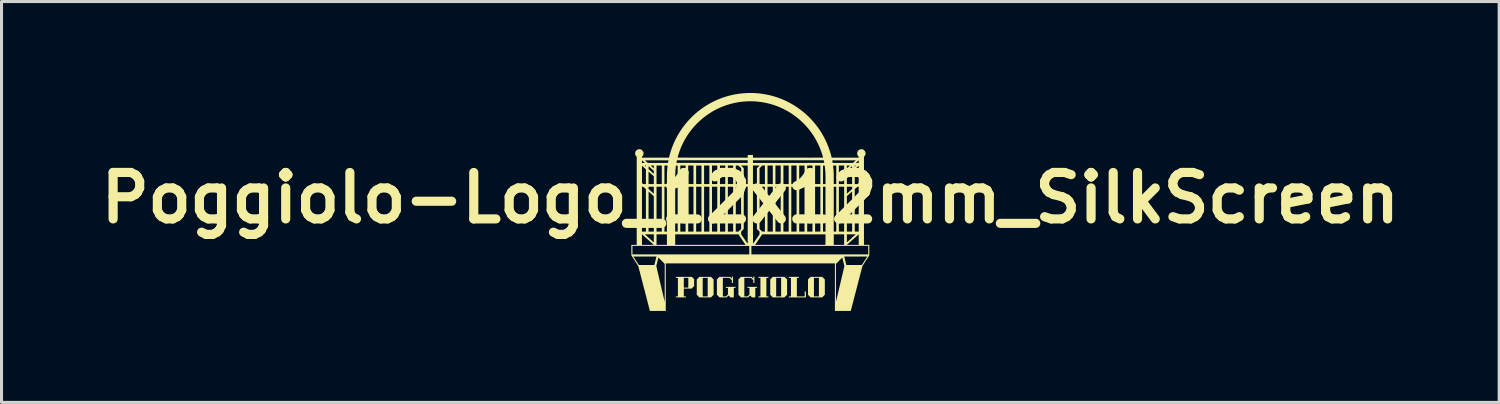
<source format=kicad_pcb>
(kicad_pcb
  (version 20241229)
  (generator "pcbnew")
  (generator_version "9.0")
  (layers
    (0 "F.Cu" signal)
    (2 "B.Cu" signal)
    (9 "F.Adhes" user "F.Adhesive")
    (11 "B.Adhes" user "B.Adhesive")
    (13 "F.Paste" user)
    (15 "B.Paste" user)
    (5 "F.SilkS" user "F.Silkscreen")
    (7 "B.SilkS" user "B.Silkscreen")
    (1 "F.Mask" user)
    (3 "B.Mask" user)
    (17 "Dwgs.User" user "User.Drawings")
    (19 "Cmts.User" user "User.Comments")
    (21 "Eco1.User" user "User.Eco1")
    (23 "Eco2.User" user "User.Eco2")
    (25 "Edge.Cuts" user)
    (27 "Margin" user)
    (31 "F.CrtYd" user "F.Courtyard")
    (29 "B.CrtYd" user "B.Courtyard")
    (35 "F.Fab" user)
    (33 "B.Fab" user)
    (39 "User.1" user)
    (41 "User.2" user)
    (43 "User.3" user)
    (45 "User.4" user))
  (footprint "Poggiolo-Logo_12x12mm_SilkScreen"
    (layer "F.Cu")
    (at 21.561 3.441)
    (property "Reference" "Poggiolo-Logo_12x12mm_SilkScreen" (at 0 0 0) (layer "F.SilkS") (effects (font (size 1.524 1.524) (thickness 0.3))))
    (attr board_only exclude_from_pos_files exclude_from_bom)
    (fp_poly (pts (xy 0.593 2.623) (xy 0.526 2.623) (xy 0.526 3.231) (xy 0.593 3.231) (xy 0.593 3.264) (xy 0.264 3.264) (xy 0.264 3.231) (xy 0.331 3.231) (xy 0.331 2.623) (xy 0.264 2.623) (xy 0.264 2.59) (xy 0.593 2.59)) (stroke (width 0) (type solid)) (fill yes) (layer "F.SilkS"))
    (fp_poly (pts (xy 1.594 2.623) (xy 1.526 2.623) (xy 1.526 3.231) (xy 1.783 3.231) (xy 1.783 3.07) (xy 1.822 3.07) (xy 1.822 3.264) (xy 1.265 3.264) (xy 1.265 3.231) (xy 1.332 3.231) (xy 1.332 2.623) (xy 1.265 2.623) (xy 1.265 2.59) (xy 1.594 2.59)) (stroke (width 0) (type solid)) (fill yes) (layer "F.SilkS"))
    (fp_poly (pts (xy 1.162 2.632) (xy 1.205 2.675) (xy 1.205 3.177) (xy 1.117 3.264) (xy 0.738 3.264) (xy 0.704 3.231) (xy 0.847 3.231) (xy 1.01 3.231) (xy 1.01 2.623) (xy 0.847 2.623) (xy 0.847 3.231) (xy 0.704 3.231) (xy 0.695 3.221) (xy 0.653 3.179) (xy 0.653 2.675) (xy 0.695 2.632) (xy 0.738 2.59) (xy 1.12 2.59)) (stroke (width 0) (type solid)) (fill yes) (layer "F.SilkS"))
    (fp_poly (pts (xy 2.401 2.632) (xy 2.443 2.675) (xy 2.443 3.177) (xy 2.356 3.264) (xy 1.976 3.264) (xy 1.943 3.231) (xy 2.086 3.231) (xy 2.249 3.231) (xy 2.249 2.623) (xy 2.086 2.623) (xy 2.086 3.231) (xy 1.943 3.231) (xy 1.934 3.221) (xy 1.891 3.179) (xy 1.891 2.675) (xy 1.934 2.632) (xy 1.976 2.59) (xy 2.358 2.59)) (stroke (width 0) (type solid)) (fill yes) (layer "F.SilkS"))
    (fp_poly (pts (xy -1.247 2.632) (xy -1.205 2.675) (xy -1.205 3.177) (xy -1.249 3.22) (xy -1.292 3.264) (xy -1.672 3.264) (xy -1.705 3.231) (xy -1.562 3.231) (xy -1.399 3.231) (xy -1.399 2.623) (xy -1.562 2.623) (xy -1.562 3.231) (xy -1.705 3.231) (xy -1.714 3.221) (xy -1.757 3.179) (xy -1.757 2.675) (xy -1.714 2.632) (xy -1.672 2.59) (xy -1.29 2.59)) (stroke (width 0) (type solid)) (fill yes) (layer "F.SilkS"))
    (fp_poly (pts (xy -1.881 2.628) (xy -1.843 2.665) (xy -1.843 2.891) (xy -1.886 2.933) (xy -1.928 2.976) (xy -2.182 2.976) (xy -2.182 3.231) (xy -2.114 3.231) (xy -2.114 3.264) (xy -2.443 3.264) (xy -2.443 3.231) (xy -2.376 3.231) (xy -2.376 2.942) (xy -2.182 2.942) (xy -2.035 2.942) (xy -2.035 2.623) (xy -2.182 2.623) (xy -2.182 2.942) (xy -2.376 2.942) (xy -2.376 2.623) (xy -2.443 2.623) (xy -2.443 2.59) (xy -1.919 2.59)) (stroke (width 0) (type solid)) (fill yes) (layer "F.SilkS"))
    (fp_poly (pts (xy 0.134 2.791) (xy 0.098 2.791) (xy 0.098 2.701) (xy 0.02 2.623) (xy -0.197 2.623) (xy -0.197 3.231) (xy -0.092 3.231) (xy -0.029 3.167) (xy -0.029 2.952) (xy -0.096 2.952) (xy -0.096 2.918) (xy 0.221 2.918) (xy 0.221 2.952) (xy 0.163 2.952) (xy 0.163 3.264) (xy 0.055 3.264) (xy 0.025 3.233) (xy 0.015 3.223) (xy 0.006 3.214) (xy -0.001 3.207) (xy -0.006 3.203) (xy -0.008 3.202) (xy -0.011 3.203) (xy -0.016 3.208) (xy -0.023 3.215) (xy -0.032 3.223) (xy -0.042 3.233) (xy -0.073 3.264) (xy -0.304 3.264) (xy -0.391 3.176) (xy -0.391 2.675) (xy -0.349 2.632) (xy -0.306 2.59) (xy 0.04 2.59) (xy 0.067 2.617) (xy 0.077 2.627) (xy 0.085 2.635) (xy 0.091 2.641) (xy 0.095 2.644) (xy 0.097 2.645) (xy 0.097 2.643) (xy 0.098 2.636) (xy 0.098 2.627) (xy 0.098 2.616) (xy 0.098 2.612) (xy 0.098 2.58) (xy 0.134 2.58)) (stroke (width 0) (type solid)) (fill yes) (layer "F.SilkS"))
    (fp_poly (pts (xy -0.571 2.791) (xy -0.607 2.791) (xy -0.607 2.701) (xy -0.646 2.662) (xy -0.685 2.623) (xy -0.902 2.623) (xy -0.902 3.231) (xy -0.798 3.231) (xy -0.766 3.199) (xy -0.734 3.167) (xy -0.734 2.952) (xy -0.802 2.952) (xy -0.802 2.918) (xy -0.485 2.918) (xy -0.485 2.952) (xy -0.542 2.952) (xy -0.542 3.264) (xy -0.651 3.264) (xy -0.681 3.233) (xy -0.691 3.223) (xy -0.699 3.214) (xy -0.707 3.207) (xy -0.712 3.203) (xy -0.714 3.202) (xy -0.716 3.203) (xy -0.721 3.208) (xy -0.729 3.215) (xy -0.738 3.223) (xy -0.748 3.233) (xy -0.779 3.264) (xy -1.009 3.264) (xy -1.097 3.176) (xy -1.097 2.675) (xy -1.054 2.632) (xy -1.012 2.59) (xy -0.666 2.59) (xy -0.638 2.617) (xy -0.629 2.627) (xy -0.621 2.635) (xy -0.614 2.641) (xy -0.61 2.644) (xy -0.609 2.645) (xy -0.608 2.643) (xy -0.608 2.636) (xy -0.607 2.627) (xy -0.607 2.616) (xy -0.607 2.612) (xy -0.607 2.58) (xy -0.571 2.58)) (stroke (width 0) (type solid)) (fill yes) (layer "F.SilkS"))
    (fp_poly (pts (xy 0.058 -3.441) (xy 0.172 -3.436) (xy 0.285 -3.427) (xy 0.399 -3.412) (xy 0.459 -3.403) (xy 0.57 -3.382) (xy 0.679 -3.357) (xy 0.787 -3.327) (xy 0.894 -3.292) (xy 0.998 -3.254) (xy 1.101 -3.211) (xy 1.202 -3.164) (xy 1.301 -3.113) (xy 1.398 -3.058) (xy 1.492 -2.999) (xy 1.584 -2.936) (xy 1.673 -2.87) (xy 1.76 -2.8) (xy 1.844 -2.727) (xy 1.925 -2.65) (xy 2.003 -2.569) (xy 2.077 -2.486) (xy 2.149 -2.399) (xy 2.217 -2.31) (xy 2.281 -2.217) (xy 2.342 -2.121) (xy 2.374 -2.066) (xy 2.421 -1.981) (xy 2.465 -1.894) (xy 2.506 -1.804) (xy 2.545 -1.712) (xy 2.579 -1.62) (xy 2.61 -1.528) (xy 2.638 -1.437) (xy 2.661 -1.347) (xy 2.667 -1.32) (xy 3.555 -1.32) (xy 3.555 -1.335) (xy 3.554 -1.342) (xy 3.554 -1.347) (xy 3.552 -1.352) (xy 3.548 -1.357) (xy 3.541 -1.364) (xy 3.54 -1.365) (xy 3.528 -1.38) (xy 3.517 -1.398) (xy 3.509 -1.417) (xy 3.506 -1.427) (xy 3.505 -1.435) (xy 3.504 -1.446) (xy 3.504 -1.458) (xy 3.504 -1.46) (xy 3.506 -1.485) (xy 3.513 -1.509) (xy 3.523 -1.531) (xy 3.538 -1.55) (xy 3.555 -1.567) (xy 3.576 -1.581) (xy 3.598 -1.591) (xy 3.61 -1.594) (xy 3.626 -1.596) (xy 3.645 -1.597) (xy 3.664 -1.595) (xy 3.68 -1.592) (xy 3.681 -1.592) (xy 3.704 -1.582) (xy 3.725 -1.569) (xy 3.743 -1.553) (xy 3.757 -1.533) (xy 3.769 -1.512) (xy 3.776 -1.489) (xy 3.78 -1.465) (xy 3.779 -1.449) (xy 3.775 -1.424) (xy 3.766 -1.4) (xy 3.754 -1.378) (xy 3.738 -1.36) (xy 3.727 -1.349) (xy 3.727 1.541) (xy 3.903 1.541) (xy 3.903 1.713) (xy 3.903 1.746) (xy 3.902 1.775) (xy 3.902 1.799) (xy 3.902 1.82) (xy 3.902 1.837) (xy 3.902 1.851) (xy 3.902 1.862) (xy 3.902 1.871) (xy 3.901 1.878) (xy 3.901 1.883) (xy 3.9 1.887) (xy 3.9 1.889) (xy 3.899 1.891) (xy 3.898 1.892) (xy 3.896 1.896) (xy 3.892 1.902) (xy 3.885 1.913) (xy 3.877 1.926) (xy 3.866 1.942) (xy 3.854 1.96) (xy 3.841 1.981) (xy 3.826 2.003) (xy 3.811 2.027) (xy 3.794 2.053) (xy 3.786 2.065) (xy 3.77 2.091) (xy 3.754 2.115) (xy 3.739 2.138) (xy 3.725 2.16) (xy 3.713 2.179) (xy 3.702 2.196) (xy 3.692 2.21) (xy 3.685 2.222) (xy 3.68 2.23) (xy 3.677 2.235) (xy 3.677 2.235) (xy 3.676 2.238) (xy 3.674 2.245) (xy 3.671 2.256) (xy 3.667 2.271) (xy 3.662 2.29) (xy 3.656 2.313) (xy 3.65 2.339) (xy 3.642 2.368) (xy 3.634 2.4) (xy 3.625 2.435) (xy 3.615 2.472) (xy 3.605 2.511) (xy 3.594 2.553) (xy 3.583 2.596) (xy 3.571 2.642) (xy 3.559 2.688) (xy 3.546 2.736) (xy 3.534 2.785) (xy 3.521 2.834) (xy 3.508 2.884) (xy 3.495 2.935) (xy 3.482 2.986) (xy 3.469 3.036) (xy 3.455 3.086) (xy 3.443 3.136) (xy 3.43 3.185) (xy 3.417 3.234) (xy 3.405 3.281) (xy 3.393 3.326) (xy 3.382 3.371) (xy 3.371 3.413) (xy 3.36 3.453) (xy 3.351 3.491) (xy 3.341 3.527) (xy 3.333 3.56) (xy 3.325 3.591) (xy 3.318 3.618) (xy 3.312 3.642) (xy 3.306 3.662) (xy 3.302 3.679) (xy 3.299 3.692) (xy 3.297 3.701) (xy 3.296 3.702) (xy 3.295 3.708) (xy 2.774 3.708) (xy 2.774 2.785) (xy 2.808 2.785) (xy 2.808 2.839) (xy 2.808 2.892) (xy 2.808 2.944) (xy 2.808 2.994) (xy 2.808 3.042) (xy 2.808 3.088) (xy 2.808 3.131) (xy 2.808 3.172) (xy 2.808 3.211) (xy 2.808 3.246) (xy 2.809 3.279) (xy 2.809 3.308) (xy 2.809 3.334) (xy 2.809 3.356) (xy 2.809 3.375) (xy 2.809 3.389) (xy 2.809 3.399) (xy 2.809 3.404) (xy 2.809 3.405) (xy 2.81 3.403) (xy 2.812 3.396) (xy 2.814 3.385) (xy 2.818 3.37) (xy 2.822 3.351) (xy 2.828 3.328) (xy 2.834 3.302) (xy 2.841 3.272) (xy 2.849 3.24) (xy 2.857 3.204) (xy 2.866 3.166) (xy 2.876 3.125) (xy 2.886 3.082) (xy 2.897 3.037) (xy 2.908 2.99) (xy 2.919 2.942) (xy 2.931 2.892) (xy 2.943 2.841) (xy 2.946 2.827) (xy 2.958 2.775) (xy 2.97 2.725) (xy 2.982 2.676) (xy 2.993 2.628) (xy 3.004 2.582) (xy 3.014 2.539) (xy 3.024 2.497) (xy 3.033 2.458) (xy 3.042 2.421) (xy 3.05 2.387) (xy 3.057 2.356) (xy 3.063 2.329) (xy 3.069 2.304) (xy 3.074 2.284) (xy 3.078 2.267) (xy 3.08 2.254) (xy 3.082 2.246) (xy 3.083 2.241) (xy 3.083 2.241) (xy 3.083 2.238) (xy 3.083 2.232) (xy 3.081 2.223) (xy 3.079 2.212) (xy 3.075 2.197) (xy 3.071 2.178) (xy 3.066 2.156) (xy 3.059 2.13) (xy 3.051 2.099) (xy 3.05 2.094) (xy 3.016 1.956) (xy 2.912 2.06) (xy 2.808 2.164) (xy 2.808 2.785) (xy 2.774 2.785) (xy 2.774 2.148) (xy -2.774 2.148) (xy -2.774 3.708) (xy -3.035 3.708) (xy -3.07 3.708) (xy -3.103 3.708) (xy -3.135 3.708) (xy -3.165 3.708) (xy -3.193 3.708) (xy -3.218 3.708) (xy -3.24 3.708) (xy -3.258 3.708) (xy -3.274 3.707) (xy -3.285 3.707) (xy -3.292 3.707) (xy -3.295 3.707) (xy -3.295 3.707) (xy -3.296 3.704) (xy -3.298 3.698) (xy -3.3 3.686) (xy -3.304 3.671) (xy -3.309 3.652) (xy -3.315 3.63) (xy -3.322 3.604) (xy -3.329 3.575) (xy -3.337 3.543) (xy -3.346 3.508) (xy -3.356 3.471) (xy -3.366 3.432) (xy -3.377 3.39) (xy -3.388 3.347) (xy -3.4 3.302) (xy -3.412 3.255) (xy -3.424 3.208) (xy -3.437 3.159) (xy -3.449 3.11) (xy -3.462 3.06) (xy -3.475 3.009) (xy -3.489 2.959) (xy -3.502 2.908) (xy -3.515 2.858) (xy -3.527 2.808) (xy -3.54 2.76) (xy -3.553 2.711) (xy -3.565 2.665) (xy -3.577 2.619) (xy -3.588 2.575) (xy -3.599 2.533) (xy -3.609 2.493) (xy -3.619 2.455) (xy -3.628 2.419) (xy -3.637 2.386) (xy -3.645 2.356) (xy -3.652 2.329) (xy -3.658 2.306) (xy -3.663 2.286) (xy -3.668 2.269) (xy -3.671 2.257) (xy -3.673 2.248) (xy -3.674 2.244) (xy -3.674 2.244) (xy -3.676 2.24) (xy -3.679 2.235) (xy -3.084 2.235) (xy -3.083 2.237) (xy -3.082 2.244) (xy -3.079 2.256) (xy -3.076 2.271) (xy -3.071 2.29) (xy -3.066 2.312) (xy -3.06 2.338) (xy -3.054 2.367) (xy -3.046 2.398) (xy -3.039 2.432) (xy -3.03 2.468) (xy -3.021 2.506) (xy -3.012 2.545) (xy -3.002 2.587) (xy -2.993 2.629) (xy -2.982 2.673) (xy -2.972 2.717) (xy -2.962 2.762) (xy -2.951 2.807) (xy -2.94 2.852) (xy -2.93 2.897) (xy -2.919 2.941) (xy -2.909 2.985) (xy -2.899 3.027) (xy -2.889 3.069) (xy -2.88 3.109) (xy -2.871 3.148) (xy -2.862 3.184) (xy -2.854 3.219) (xy -2.847 3.251) (xy -2.84 3.28) (xy -2.833 3.306) (xy -2.828 3.33) (xy -2.823 3.349) (xy -2.819 3.366) (xy -2.818 3.37) (xy -2.809 3.407) (xy -2.809 2.785) (xy -2.808 2.164) (xy -2.912 2.06) (xy -3.016 1.956) (xy -3.05 2.092) (xy -3.056 2.117) (xy -3.062 2.141) (xy -3.067 2.163) (xy -3.072 2.183) (xy -3.076 2.2) (xy -3.08 2.214) (xy -3.082 2.225) (xy -3.084 2.232) (xy -3.084 2.235) (xy -3.679 2.235) (xy -3.68 2.232) (xy -3.687 2.221) (xy -3.696 2.207) (xy -3.707 2.189) (xy -3.72 2.167) (xy -3.736 2.142) (xy -3.755 2.113) (xy -3.776 2.08) (xy -3.788 2.062) (xy -3.805 2.037) (xy -3.821 2.012) (xy -3.836 1.989) (xy -3.85 1.967) (xy -3.862 1.948) (xy -3.874 1.93) (xy -3.878 1.924) (xy -3.837 1.924) (xy -3.657 2.201) (xy -3.402 2.2) (xy -3.148 2.2) (xy -3.114 2.062) (xy -3.107 2.037) (xy -3.102 2.014) (xy -3.096 1.992) (xy -3.091 1.973) (xy -3.087 1.956) (xy -3.084 1.942) (xy -3.082 1.932) (xy -3.08 1.925) (xy -3.08 1.923) (xy 3.08 1.923) (xy 3.08 1.926) (xy 3.082 1.932) (xy 3.084 1.942) (xy 3.088 1.956) (xy 3.091 1.972) (xy 3.096 1.99) (xy 3.101 2.01) (xy 3.106 2.031) (xy 3.111 2.053) (xy 3.117 2.075) (xy 3.122 2.096) (xy 3.127 2.117) (xy 3.132 2.136) (xy 3.136 2.154) (xy 3.14 2.169) (xy 3.143 2.182) (xy 3.146 2.191) (xy 3.147 2.197) (xy 3.148 2.198) (xy 3.149 2.198) (xy 3.152 2.199) (xy 3.157 2.199) (xy 3.164 2.2) (xy 3.175 2.2) (xy 3.188 2.2) (xy 3.204 2.2) (xy 3.223 2.2) (xy 3.246 2.201) (xy 3.273 2.201) (xy 3.303 2.201) (xy 3.338 2.201) (xy 3.377 2.201) (xy 3.403 2.201) (xy 3.657 2.201) (xy 3.747 2.062) (xy 3.837 1.924) (xy 3.459 1.923) (xy 3.417 1.923) (xy 3.376 1.923) (xy 3.336 1.923) (xy 3.299 1.923) (xy 3.264 1.923) (xy 3.23 1.923) (xy 3.2 1.923) (xy 3.172 1.923) (xy 3.148 1.923) (xy 3.127 1.923) (xy 3.109 1.923) (xy 3.095 1.923) (xy 3.086 1.923) (xy 3.081 1.923) (xy 3.08 1.923) (xy -3.08 1.923) (xy -3.08 1.923) (xy -3.082 1.923) (xy -3.089 1.923) (xy -3.101 1.923) (xy -3.116 1.923) (xy -3.135 1.923) (xy -3.158 1.923) (xy -3.184 1.923) (xy -3.213 1.923) (xy -3.244 1.923) (xy -3.278 1.923) (xy -3.315 1.923) (xy -3.353 1.923) (xy -3.393 1.923) (xy -3.434 1.923) (xy -3.459 1.923) (xy -3.837 1.924) (xy -3.878 1.924) (xy -3.883 1.916) (xy -3.891 1.904) (xy -3.896 1.895) (xy -3.899 1.89) (xy -3.9 1.889) (xy -3.9 1.886) (xy -3.901 1.879) (xy -3.901 1.868) (xy -3.902 1.853) (xy -3.902 1.834) (xy -3.902 1.811) (xy -3.902 1.783) (xy -3.902 1.75) (xy -3.903 1.713) (xy -3.903 1.574) (xy -3.867 1.574) (xy -3.867 1.853) (xy -0.034 1.853) (xy 0.034 1.853) (xy 3.867 1.853) (xy 3.867 1.574) (xy 1.951 1.575) (xy 0.035 1.576) (xy 0.034 1.714) (xy 0.034 1.853) (xy -0.034 1.853) (xy -0.034 1.714) (xy -0.035 1.576) (xy -1.951 1.575) (xy -3.867 1.574) (xy -3.903 1.574) (xy -3.903 1.541) (xy -3.727 1.541) (xy -3.727 1.194) (xy -3.555 1.194) (xy -3.555 1.541) (xy -3.36 1.541) (xy -3.077 1.541) (xy -2.736 1.541) (xy -2.465 1.541) (xy -0.156 1.541) (xy 0.156 1.541) (xy 2.465 1.541) (xy 2.736 1.541) (xy 3.077 1.541) (xy 3.077 1.538) (xy 3.168 1.538) (xy 3.17 1.539) (xy 3.173 1.539) (xy 3.178 1.54) (xy 3.185 1.54) (xy 3.195 1.54) (xy 3.208 1.54) (xy 3.224 1.541) (xy 3.244 1.541) (xy 3.267 1.541) (xy 3.294 1.541) (xy 3.325 1.541) (xy 3.36 1.541) (xy 3.555 1.541) (xy 3.555 1.194) (xy 3.548 1.2) (xy 3.545 1.203) (xy 3.539 1.208) (xy 3.53 1.216) (xy 3.518 1.227) (xy 3.504 1.24) (xy 3.487 1.255) (xy 3.468 1.272) (xy 3.447 1.29) (xy 3.424 1.31) (xy 3.4 1.331) (xy 3.376 1.354) (xy 3.357 1.37) (xy 3.331 1.393) (xy 3.306 1.415) (xy 3.283 1.436) (xy 3.261 1.455) (xy 3.241 1.473) (xy 3.223 1.489) (xy 3.207 1.503) (xy 3.193 1.515) (xy 3.182 1.525) (xy 3.174 1.532) (xy 3.17 1.536) (xy 3.168 1.538) (xy 3.168 1.538) (xy 3.077 1.538) (xy 3.077 1.327) (xy 3.166 1.327) (xy 3.166 1.356) (xy 3.166 1.381) (xy 3.166 1.402) (xy 3.166 1.418) (xy 3.166 1.432) (xy 3.167 1.442) (xy 3.167 1.449) (xy 3.167 1.454) (xy 3.168 1.457) (xy 3.169 1.458) (xy 3.169 1.458) (xy 3.171 1.456) (xy 3.177 1.451) (xy 3.185 1.443) (xy 3.196 1.433) (xy 3.21 1.421) (xy 3.226 1.406) (xy 3.244 1.39) (xy 3.263 1.373) (xy 3.284 1.354) (xy 3.306 1.334) (xy 3.314 1.326) (xy 3.336 1.306) (xy 3.357 1.287) (xy 3.377 1.269) (xy 3.395 1.252) (xy 3.411 1.238) (xy 3.426 1.225) (xy 3.437 1.214) (xy 3.447 1.205) (xy 3.453 1.199) (xy 3.456 1.197) (xy 3.456 1.196) (xy 3.454 1.196) (xy 3.447 1.196) (xy 3.436 1.196) (xy 3.422 1.196) (xy 3.405 1.195) (xy 3.385 1.195) (xy 3.362 1.195) (xy 3.338 1.195) (xy 3.312 1.195) (xy 3.166 1.195) (xy 3.166 1.327) (xy 3.077 1.327) (xy 3.077 1.195) (xy 2.736 1.195) (xy 2.736 1.541) (xy 2.465 1.541) (xy 2.465 1.195) (xy 0.389 1.195) (xy 0.29 1.342) (xy 0.274 1.367) (xy 0.257 1.391) (xy 0.242 1.414) (xy 0.227 1.436) (xy 0.214 1.456) (xy 0.202 1.474) (xy 0.191 1.489) (xy 0.183 1.501) (xy 0.177 1.51) (xy 0.173 1.515) (xy 0.156 1.541) (xy -0.156 1.541) (xy -0.173 1.515) (xy -0.178 1.509) (xy -0.184 1.499) (xy -0.193 1.486) (xy -0.204 1.47) (xy -0.216 1.452) (xy -0.23 1.431) (xy -0.245 1.409) (xy -0.261 1.386) (xy -0.277 1.362) (xy -0.29 1.342) (xy -0.389 1.196) (xy -0.302 1.196) (xy -0.195 1.35) (xy -0.178 1.375) (xy -0.162 1.398) (xy -0.147 1.419) (xy -0.133 1.439) (xy -0.121 1.457) (xy -0.11 1.473) (xy -0.101 1.485) (xy -0.094 1.495) (xy -0.089 1.502) (xy -0.087 1.505) (xy -0.087 1.505) (xy -0.087 1.502) (xy -0.087 1.495) (xy -0.087 1.484) (xy -0.087 1.468) (xy -0.087 1.448) (xy -0.087 1.424) (xy -0.087 1.397) (xy -0.087 1.365) (xy -0.087 1.33) (xy -0.087 1.292) (xy -0.087 1.251) (xy -0.087 1.206) (xy -0.087 1.159) (xy -0.087 1.109) (xy -0.086 1.056) (xy -0.086 1.002) (xy -0.086 0.944) (xy -0.086 0.885) (xy -0.086 0.824) (xy -0.086 0.762) (xy -0.086 0.698) (xy -0.086 0.632) (xy -0.086 0.569) (xy 0.086 0.569) (xy 0.086 0.637) (xy 0.086 0.703) (xy 0.086 0.767) (xy 0.086 0.83) (xy 0.087 0.891) (xy 0.087 0.95) (xy 0.087 1.008) (xy 0.087 1.062) (xy 0.087 1.115) (xy 0.087 1.165) (xy 0.087 1.212) (xy 0.087 1.256) (xy 0.087 1.297) (xy 0.087 1.335) (xy 0.087 1.369) (xy 0.088 1.4) (xy 0.088 1.427) (xy 0.088 1.45) (xy 0.088 1.47) (xy 0.088 1.485) (xy 0.088 1.496) (xy 0.088 1.502) (xy 0.088 1.504) (xy 0.09 1.501) (xy 0.094 1.495) (xy 0.101 1.486) (xy 0.109 1.474) (xy 0.12 1.459) (xy 0.132 1.441) (xy 0.146 1.422) (xy 0.16 1.4) (xy 0.176 1.378) (xy 0.193 1.354) (xy 0.196 1.348) (xy 0.302 1.196) (xy 0.302 1.105) (xy 0.259 1.062) (xy 0.216 1.019) (xy 0.216 1.019) (xy 0.302 1.019) (xy 0.39 1.106) (xy 0.478 1.106) (xy 0.564 1.106) (xy 0.737 1.106) (xy 0.823 1.106) (xy 0.996 1.106) (xy 1.085 1.106) (xy 1.258 1.106) (xy 1.344 1.106) (xy 1.517 1.106) (xy 1.603 1.106) (xy 1.778 1.106) (xy 1.865 1.106) (xy 2.038 1.106) (xy 2.124 1.106) (xy 2.297 1.106) (xy 2.383 1.106) (xy 2.465 1.106) (xy 2.736 1.106) (xy 2.818 1.106) (xy 2.904 1.106) (xy 3.077 1.106) (xy 3.166 1.106) (xy 3.339 1.106) (xy 3.425 1.106) (xy 3.555 1.106) (xy 3.555 -0.367) (xy 3.515 -0.367) (xy 3.47 -0.327) (xy 3.425 -0.288) (xy 3.425 1.106) (xy 3.339 1.106) (xy 3.339 0.449) (xy 3.339 0.381) (xy 3.338 0.318) (xy 3.338 0.259) (xy 3.338 0.205) (xy 3.338 0.154) (xy 3.338 0.108) (xy 3.338 0.066) (xy 3.338 0.028) (xy 3.338 -0.007) (xy 3.338 -0.039) (xy 3.338 -0.067) (xy 3.338 -0.092) (xy 3.338 -0.114) (xy 3.338 -0.134) (xy 3.337 -0.151) (xy 3.337 -0.165) (xy 3.337 -0.177) (xy 3.337 -0.186) (xy 3.337 -0.194) (xy 3.336 -0.2) (xy 3.336 -0.204) (xy 3.336 -0.206) (xy 3.335 -0.207) (xy 3.335 -0.207) (xy 3.333 -0.205) (xy 3.327 -0.2) (xy 3.319 -0.193) (xy 3.308 -0.183) (xy 3.295 -0.172) (xy 3.28 -0.159) (xy 3.264 -0.145) (xy 3.249 -0.131) (xy 3.166 -0.057) (xy 3.166 1.106) (xy 3.077 1.106) (xy 3.077 -0.136) (xy 3.166 -0.136) (xy 3.174 -0.143) (xy 3.177 -0.146) (xy 3.183 -0.152) (xy 3.193 -0.161) (xy 3.204 -0.171) (xy 3.218 -0.184) (xy 3.233 -0.197) (xy 3.249 -0.212) (xy 3.26 -0.222) (xy 3.339 -0.293) (xy 3.339 -0.367) (xy 3.166 -0.367) (xy 3.166 -0.136) (xy 3.077 -0.136) (xy 3.077 -0.367) (xy 2.904 -0.367) (xy 2.904 1.106) (xy 2.818 1.106) (xy 2.818 -0.367) (xy 2.736 -0.367) (xy 2.736 1.106) (xy 2.465 1.106) (xy 2.464 -0.366) (xy 2.384 -0.366) (xy 2.383 1.106) (xy 2.297 1.106) (xy 2.297 -0.367) (xy 2.124 -0.367) (xy 2.124 1.106) (xy 2.038 1.106) (xy 2.038 -0.367) (xy 1.865 -0.367) (xy 1.865 1.106) (xy 1.778 1.106) (xy 1.777 -0.366) (xy 1.604 -0.366) (xy 1.603 1.106) (xy 1.517 1.106) (xy 1.517 -0.367) (xy 1.344 -0.367) (xy 1.344 1.106) (xy 1.258 1.106) (xy 1.258 -0.367) (xy 1.085 -0.367) (xy 1.085 1.106) (xy 0.996 1.106) (xy 0.996 -0.367) (xy 0.823 -0.367) (xy 0.823 1.106) (xy 0.737 1.106) (xy 0.737 -0.367) (xy 0.564 -0.367) (xy 0.564 1.106) (xy 0.478 1.106) (xy 0.476 -0.366) (xy 0.304 -0.366) (xy 0.302 1.019) (xy 0.216 1.019) (xy 0.216 -0.367) (xy 0.086 -0.367) (xy 0.086 0.569) (xy -0.086 0.569) (xy -0.086 0.569) (xy -0.086 -0.367) (xy -0.216 -0.367) (xy -0.216 1.019) (xy -0.259 1.062) (xy -0.302 1.105) (xy -0.302 1.196) (xy -0.389 1.196) (xy -0.389 1.195) (xy -2.465 1.195) (xy -2.465 1.541) (xy -2.736 1.541) (xy -2.736 1.195) (xy -3.077 1.195) (xy -3.077 1.541) (xy -3.36 1.541) (xy -3.324 1.541) (xy -3.293 1.541) (xy -3.266 1.541) (xy -3.243 1.541) (xy -3.224 1.541) (xy -3.208 1.54) (xy -3.195 1.54) (xy -3.185 1.54) (xy -3.178 1.54) (xy -3.173 1.539) (xy -3.169 1.539) (xy -3.168 1.538) (xy -3.168 1.538) (xy -3.17 1.536) (xy -3.176 1.531) (xy -3.185 1.523) (xy -3.196 1.513) (xy -3.21 1.5) (xy -3.227 1.485) (xy -3.246 1.469) (xy -3.266 1.45) (xy -3.289 1.431) (xy -3.312 1.41) (xy -3.337 1.388) (xy -3.357 1.37) (xy -3.382 1.348) (xy -3.407 1.326) (xy -3.43 1.305) (xy -3.452 1.285) (xy -3.473 1.267) (xy -3.491 1.251) (xy -3.508 1.236) (xy -3.521 1.224) (xy -3.533 1.214) (xy -3.541 1.207) (xy -3.546 1.202) (xy -3.548 1.2) (xy -3.552 1.196) (xy -3.457 1.196) (xy -3.312 1.328) (xy -3.167 1.46) (xy -3.166 1.329) (xy -3.166 1.304) (xy -3.166 1.281) (xy -3.166 1.259) (xy -3.166 1.24) (xy -3.166 1.224) (xy -3.166 1.211) (xy -3.166 1.202) (xy -3.166 1.197) (xy -3.166 1.196) (xy -3.169 1.196) (xy -3.176 1.196) (xy -3.187 1.196) (xy -3.201 1.196) (xy -3.219 1.196) (xy -3.239 1.196) (xy -3.261 1.196) (xy -3.286 1.196) (xy -3.312 1.196) (xy -3.312 1.196) (xy -3.457 1.196) (xy -3.552 1.196) (xy -3.555 1.194) (xy -3.727 1.194) (xy -3.727 1.106) (xy -3.555 1.106) (xy -3.425 1.106) (xy -3.339 1.106) (xy -3.166 1.106) (xy -3.077 1.106) (xy -2.904 1.106) (xy -2.818 1.106) (xy -2.736 1.106) (xy -2.465 1.106) (xy -2.383 1.106) (xy -2.297 1.106) (xy -2.124 1.106) (xy -2.038 1.106) (xy -1.865 1.106) (xy -1.778 1.106) (xy -1.603 1.106) (xy -1.517 1.106) (xy -1.344 1.106) (xy -1.258 1.106) (xy -1.085 1.106) (xy -0.996 1.106) (xy -0.823 1.106) (xy -0.737 1.106) (xy -0.564 1.106) (xy -0.478 1.106) (xy -0.39 1.106) (xy -0.302 1.019) (xy -0.304 -0.366) (xy -0.476 -0.366) (xy -0.477 0.37) (xy -0.478 1.106) (xy -0.564 1.106) (xy -0.564 -0.367) (xy -0.737 -0.367) (xy -0.737 1.106) (xy -0.823 1.106) (xy -0.823 -0.367) (xy -0.996 -0.367) (xy -0.996 1.106) (xy -1.085 1.106) (xy -1.085 -0.367) (xy -1.258 -0.367) (xy -1.258 1.106) (xy -1.344 1.106) (xy -1.344 -0.367) (xy -1.517 -0.367) (xy -1.517 1.106) (xy -1.603 1.106) (xy -1.604 -0.366) (xy -1.777 -0.366) (xy -1.778 1.106) (xy -1.865 1.106) (xy -1.865 -0.367) (xy -2.038 -0.367) (xy -2.038 1.106) (xy -2.124 1.106) (xy -2.124 -0.367) (xy -2.297 -0.367) (xy -2.297 1.106) (xy -2.383 1.106) (xy -2.384 -0.366) (xy -2.464 -0.366) (xy -2.465 1.106) (xy -2.736 1.106) (xy -2.736 -0.367) (xy -2.818 -0.367) (xy -2.818 1.106) (xy -2.904 1.106) (xy -2.904 -0.367) (xy -3.077 -0.367) (xy -3.077 1.106) (xy -3.166 1.106) (xy -3.166 -0.057) (xy -3.249 -0.131) (xy -3.266 -0.146) (xy -3.282 -0.16) (xy -3.296 -0.173) (xy -3.309 -0.185) (xy -3.32 -0.194) (xy -3.328 -0.201) (xy -3.333 -0.206) (xy -3.335 -0.207) (xy -3.336 -0.207) (xy -3.336 -0.205) (xy -3.336 -0.202) (xy -3.336 -0.197) (xy -3.337 -0.19) (xy -3.337 -0.181) (xy -3.337 -0.17) (xy -3.337 -0.157) (xy -3.338 -0.141) (xy -3.338 -0.123) (xy -3.338 -0.102) (xy -3.338 -0.078) (xy -3.338 -0.052) (xy -3.338 -0.021) (xy -3.338 0.012) (xy -3.338 0.049) (xy -3.338 0.09) (xy -3.338 0.134) (xy -3.338 0.182) (xy -3.338 0.235) (xy -3.338 0.292) (xy -3.338 0.353) (xy -3.339 0.419) (xy -3.339 0.449) (xy -3.339 1.106) (xy -3.425 1.106) (xy -3.425 -0.288) (xy -3.431 -0.293) (xy -3.339 -0.293) (xy -3.253 -0.215) (xy -3.236 -0.199) (xy -3.22 -0.185) (xy -3.205 -0.172) (xy -3.192 -0.16) (xy -3.182 -0.151) (xy -3.174 -0.143) (xy -3.168 -0.139) (xy -3.166 -0.137) (xy -3.166 -0.137) (xy -3.166 -0.139) (xy -3.166 -0.146) (xy -3.166 -0.156) (xy -3.166 -0.17) (xy -3.166 -0.187) (xy -3.166 -0.207) (xy -3.166 -0.228) (xy -3.166 -0.251) (xy -3.166 -0.367) (xy -3.339 -0.367) (xy -3.339 -0.293) (xy -3.431 -0.293) (xy -3.47 -0.327) (xy -3.515 -0.367) (xy -3.555 -0.367) (xy -3.555 1.106) (xy -3.727 1.106) (xy -3.727 -1.054) (xy -3.555 -1.054) (xy -3.554 -0.771) (xy -3.554 -0.488) (xy -3.535 -0.471) (xy -3.515 -0.454) (xy -3.425 -0.454) (xy -3.425 -0.697) (xy -3.425 -0.862) (xy -3.339 -0.862) (xy -3.339 -0.454) (xy -3.166 -0.454) (xy -3.077 -0.454) (xy -2.904 -0.454) (xy -2.818 -0.454) (xy -2.736 -0.454) (xy -2.465 -0.454) (xy -2.383 -0.454) (xy -2.297 -0.454) (xy -2.124 -0.454) (xy -2.038 -0.454) (xy -1.865 -0.454) (xy -1.778 -0.454) (xy -1.603 -0.454) (xy -1.517 -0.454) (xy -1.344 -0.454) (xy -1.258 -0.454) (xy -1.085 -0.454) (xy -0.996 -0.454) (xy -0.823 -0.454) (xy -0.737 -0.454) (xy -0.564 -0.454) (xy -0.478 -0.454) (xy -0.302 -0.454) (xy -0.302 -0.973) (xy -0.39 -1.061) (xy -0.304 -1.061) (xy -0.216 -0.973) (xy -0.216 -0.454) (xy -0.086 -0.454) (xy 0.086 -0.454) (xy 0.216 -0.454) (xy 0.302 -0.454) (xy 0.478 -0.454) (xy 0.564 -0.454) (xy 0.737 -0.454) (xy 0.823 -0.454) (xy 0.996 -0.454) (xy 1.085 -0.454) (xy 1.258 -0.454) (xy 1.344 -0.454) (xy 1.517 -0.454) (xy 1.517 -1.061) (xy 1.344 -1.061) (xy 1.344 -0.454) (xy 1.258 -0.454) (xy 1.258 -1.061) (xy 1.085 -1.061) (xy 1.085 -0.454) (xy 0.996 -0.454) (xy 0.996 -1.061) (xy 0.823 -1.061) (xy 0.823 -0.454) (xy 0.737 -0.454) (xy 0.737 -1.061) (xy 0.564 -1.061) (xy 0.564 -0.454) (xy 0.478 -0.454) (xy 0.478 -1.061) (xy 0.39 -1.061) (xy 0.302 -0.973) (xy 0.302 -0.454) (xy 0.216 -0.454) (xy 0.216 -0.973) (xy 0.304 -1.061) (xy 0.086 -1.061) (xy 0.086 -0.454) (xy -0.086 -0.454) (xy -0.086 -1.061) (xy -0.304 -1.061) (xy -0.39 -1.061) (xy -0.478 -1.061) (xy -0.478 -0.454) (xy -0.564 -0.454) (xy -0.564 -1.061) (xy -0.737 -1.061) (xy -0.737 -0.454) (xy -0.823 -0.454) (xy -0.823 -1.061) (xy -0.996 -1.061) (xy -0.996 -0.454) (xy -1.085 -0.454) (xy -1.085 -1.061) (xy -1.258 -1.061) (xy -1.258 -0.454) (xy -1.344 -0.454) (xy -1.344 -1.061) (xy -1.517 -1.061) (xy -1.517 -0.454) (xy -1.603 -0.454) (xy -1.603 -1.061) (xy 1.603 -1.061) (xy 1.603 -0.454) (xy 1.778 -0.454) (xy 1.865 -0.454) (xy 2.038 -0.454) (xy 2.124 -0.454) (xy 2.297 -0.454) (xy 2.383 -0.454) (xy 2.465 -0.454) (xy 2.465 -0.587) (xy 2.465 -0.644) (xy 2.464 -0.697) (xy 2.463 -0.745) (xy 2.462 -0.788) (xy 2.461 -0.827) (xy 2.459 -0.861) (xy 2.458 -0.884) (xy 2.456 -0.909) (xy 2.453 -0.934) (xy 2.451 -0.96) (xy 2.448 -0.984) (xy 2.446 -1.007) (xy 2.443 -1.028) (xy 2.441 -1.045) (xy 2.44 -1.053) (xy 2.439 -1.057) (xy 2.714 -1.057) (xy 2.715 -1.053) (xy 2.715 -1.045) (xy 2.717 -1.035) (xy 2.718 -1.022) (xy 2.719 -1.012) (xy 2.722 -0.983) (xy 2.725 -0.954) (xy 2.728 -0.926) (xy 2.73 -0.898) (xy 2.731 -0.869) (xy 2.733 -0.838) (xy 2.734 -0.806) (xy 2.735 -0.771) (xy 2.735 -0.734) (xy 2.736 -0.693) (xy 2.736 -0.648) (xy 2.736 -0.613) (xy 2.736 -0.454) (xy 2.818 -0.454) (xy 2.904 -0.454) (xy 3.077 -0.454) (xy 3.166 -0.454) (xy 3.339 -0.454) (xy 3.425 -0.454) (xy 3.515 -0.454) (xy 3.535 -0.471) (xy 3.554 -0.488) (xy 3.554 -0.771) (xy 3.555 -1.054) (xy 3.546 -1.047) (xy 3.543 -1.044) (xy 3.536 -1.038) (xy 3.526 -1.03) (xy 3.515 -1.02) (xy 3.502 -1.008) (xy 3.488 -0.996) (xy 3.482 -0.99) (xy 3.425 -0.94) (xy 3.425 -0.697) (xy 3.425 -0.454) (xy 3.339 -0.454) (xy 3.339 -0.862) (xy 3.33 -0.855) (xy 3.327 -0.852) (xy 3.32 -0.846) (xy 3.311 -0.838) (xy 3.299 -0.828) (xy 3.285 -0.816) (xy 3.27 -0.802) (xy 3.254 -0.788) (xy 3.244 -0.779) (xy 3.166 -0.709) (xy 3.166 -0.581) (xy 3.166 -0.454) (xy 3.077 -0.454) (xy 3.077 -0.789) (xy 3.166 -0.789) (xy 3.173 -0.795) (xy 3.176 -0.797) (xy 3.182 -0.803) (xy 3.192 -0.811) (xy 3.203 -0.822) (xy 3.216 -0.834) (xy 3.231 -0.847) (xy 3.248 -0.862) (xy 3.259 -0.872) (xy 3.338 -0.944) (xy 3.338 -0.992) (xy 3.338 -1.006) (xy 3.338 -1.019) (xy 3.338 -1.024) (xy 3.425 -1.024) (xy 3.436 -1.034) (xy 3.444 -1.041) (xy 3.452 -1.048) (xy 3.456 -1.052) (xy 3.464 -1.061) (xy 3.425 -1.061) (xy 3.425 -1.024) (xy 3.338 -1.024) (xy 3.338 -1.029) (xy 3.338 -1.036) (xy 3.337 -1.039) (xy 3.337 -1.039) (xy 3.335 -1.038) (xy 3.33 -1.033) (xy 3.322 -1.026) (xy 3.311 -1.017) (xy 3.299 -1.006) (xy 3.284 -0.993) (xy 3.268 -0.979) (xy 3.251 -0.963) (xy 3.166 -0.888) (xy 3.166 -0.789) (xy 3.077 -0.789) (xy 3.077 -0.966) (xy 3.166 -0.966) (xy 3.174 -0.974) (xy 3.178 -0.977) (xy 3.184 -0.984) (xy 3.194 -0.992) (xy 3.205 -1.002) (xy 3.217 -1.013) (xy 3.223 -1.019) (xy 3.235 -1.03) (xy 3.246 -1.039) (xy 3.255 -1.048) (xy 3.261 -1.054) (xy 3.265 -1.058) (xy 3.266 -1.059) (xy 3.264 -1.059) (xy 3.258 -1.06) (xy 3.248 -1.06) (xy 3.236 -1.061) (xy 3.222 -1.061) (xy 3.216 -1.061) (xy 3.166 -1.061) (xy 3.166 -0.966) (xy 3.077 -0.966) (xy 3.077 -1.061) (xy 2.904 -1.061) (xy 2.904 -0.454) (xy 2.818 -0.454) (xy 2.818 -1.061) (xy 2.766 -1.061) (xy 2.749 -1.061) (xy 2.736 -1.061) (xy 2.727 -1.06) (xy 2.721 -1.06) (xy 2.717 -1.059) (xy 2.715 -1.058) (xy 2.715 -1.057) (xy 2.714 -1.057) (xy 2.439 -1.057) (xy 2.438 -1.061) (xy 2.411 -1.06) (xy 2.384 -1.06) (xy 2.384 -0.757) (xy 2.383 -0.454) (xy 2.297 -0.454) (xy 2.297 -1.061) (xy 2.124 -1.061) (xy 2.124 -0.454) (xy 2.038 -0.454) (xy 2.038 -1.061) (xy 1.865 -1.061) (xy 1.865 -0.454) (xy 1.778 -0.454) (xy 1.778 -0.757) (xy 1.777 -1.06) (xy 1.69 -1.06) (xy 1.603 -1.061) (xy -1.603 -1.061) (xy -1.69 -1.06) (xy -1.777 -1.06) (xy -1.778 -0.757) (xy -1.778 -0.454) (xy -1.865 -0.454) (xy -1.865 -1.061) (xy -2.038 -1.061) (xy -2.038 -0.454) (xy -2.124 -0.454) (xy -2.124 -1.061) (xy -2.297 -1.061) (xy -2.297 -0.454) (xy -2.383 -0.454) (xy -2.384 -0.757) (xy -2.384 -1.06) (xy -2.411 -1.06) (xy -2.438 -1.061) (xy -2.44 -1.053) (xy -2.442 -1.039) (xy -2.444 -1.02) (xy -2.447 -0.999) (xy -2.449 -0.975) (xy -2.452 -0.95) (xy -2.454 -0.924) (xy -2.456 -0.899) (xy -2.458 -0.884) (xy -2.46 -0.854) (xy -2.461 -0.819) (xy -2.463 -0.779) (xy -2.464 -0.735) (xy -2.464 -0.686) (xy -2.465 -0.632) (xy -2.465 -0.587) (xy -2.465 -0.454) (xy -2.736 -0.454) (xy -2.736 -0.613) (xy -2.736 -0.661) (xy -2.736 -0.704) (xy -2.735 -0.744) (xy -2.735 -0.781) (xy -2.734 -0.815) (xy -2.732 -0.847) (xy -2.731 -0.877) (xy -2.729 -0.906) (xy -2.727 -0.934) (xy -2.724 -0.962) (xy -2.721 -0.99) (xy -2.719 -1.012) (xy -2.718 -1.025) (xy -2.716 -1.038) (xy -2.715 -1.048) (xy -2.715 -1.054) (xy -2.714 -1.057) (xy -2.715 -1.058) (xy -2.716 -1.059) (xy -2.719 -1.06) (xy -2.724 -1.06) (xy -2.732 -1.061) (xy -2.744 -1.061) (xy -2.759 -1.061) (xy -2.766 -1.061) (xy -2.818 -1.061) (xy -2.818 -0.454) (xy -2.904 -0.454) (xy -2.904 -1.061) (xy -3.077 -1.061) (xy -3.077 -0.454) (xy -3.166 -0.454) (xy -3.166 -0.581) (xy -3.166 -0.709) (xy -3.244 -0.779) (xy -3.261 -0.794) (xy -3.277 -0.808) (xy -3.291 -0.821) (xy -3.304 -0.832) (xy -3.315 -0.842) (xy -3.323 -0.849) (xy -3.329 -0.854) (xy -3.33 -0.855) (xy -3.339 -0.862) (xy -3.425 -0.862) (xy -3.425 -0.94) (xy -3.482 -0.99) (xy -3.486 -0.994) (xy -3.338 -0.994) (xy -3.338 -0.992) (xy -3.338 -0.944) (xy -3.253 -0.867) (xy -3.236 -0.852) (xy -3.22 -0.837) (xy -3.205 -0.824) (xy -3.193 -0.813) (xy -3.182 -0.803) (xy -3.174 -0.796) (xy -3.169 -0.791) (xy -3.167 -0.79) (xy -3.167 -0.79) (xy -3.166 -0.792) (xy -3.166 -0.798) (xy -3.166 -0.808) (xy -3.166 -0.82) (xy -3.166 -0.835) (xy -3.166 -0.839) (xy -3.166 -0.888) (xy -3.251 -0.963) (xy -3.268 -0.979) (xy -3.284 -0.993) (xy -3.299 -1.006) (xy -3.311 -1.017) (xy -3.322 -1.026) (xy -3.33 -1.033) (xy -3.335 -1.038) (xy -3.337 -1.039) (xy -3.338 -1.037) (xy -3.338 -1.031) (xy -3.338 -1.021) (xy -3.338 -1.009) (xy -3.338 -0.994) (xy -3.486 -0.994) (xy -3.496 -1.003) (xy -3.509 -1.015) (xy -3.522 -1.025) (xy -3.532 -1.035) (xy -3.54 -1.042) (xy -3.545 -1.046) (xy -3.546 -1.047) (xy -3.555 -1.054) (xy -3.727 -1.054) (xy -3.727 -1.061) (xy -3.465 -1.061) (xy -3.446 -1.043) (xy -3.438 -1.035) (xy -3.431 -1.03) (xy -3.427 -1.026) (xy -3.426 -1.025) (xy -3.425 -1.027) (xy -3.425 -1.033) (xy -3.425 -1.041) (xy -3.425 -1.043) (xy -3.425 -1.059) (xy -3.266 -1.059) (xy -3.265 -1.057) (xy -3.26 -1.053) (xy -3.253 -1.046) (xy -3.244 -1.037) (xy -3.233 -1.028) (xy -3.222 -1.017) (xy -3.21 -1.007) (xy -3.199 -0.996) (xy -3.189 -0.987) (xy -3.18 -0.979) (xy -3.172 -0.972) (xy -3.168 -0.968) (xy -3.166 -0.967) (xy -3.166 -0.97) (xy -3.166 -0.976) (xy -3.166 -0.986) (xy -3.166 -0.998) (xy -3.166 -1.012) (xy -3.166 -1.014) (xy -3.166 -1.061) (xy -3.216 -1.061) (xy -3.231 -1.061) (xy -3.244 -1.061) (xy -3.255 -1.06) (xy -3.262 -1.06) (xy -3.266 -1.059) (xy -3.266 -1.059) (xy -3.425 -1.059) (xy -3.425 -1.061) (xy -3.445 -1.061) (xy -3.465 -1.061) (xy -3.727 -1.061) (xy -3.727 -1.147) (xy -3.555 -1.147) (xy -3.506 -1.147) (xy -3.492 -1.147) (xy -3.479 -1.147) (xy -3.469 -1.148) (xy -3.462 -1.148) (xy -3.459 -1.148) (xy -3.459 -1.148) (xy -3.461 -1.15) (xy -3.466 -1.154) (xy -3.474 -1.161) (xy -3.483 -1.17) (xy -3.495 -1.18) (xy -3.506 -1.19) (xy -3.519 -1.201) (xy -3.53 -1.211) (xy -3.539 -1.22) (xy -3.547 -1.226) (xy -3.552 -1.23) (xy -3.553 -1.231) (xy -3.554 -1.229) (xy -3.554 -1.223) (xy -3.554 -1.213) (xy -3.554 -1.201) (xy -3.555 -1.189) (xy -3.555 -1.147) (xy -3.727 -1.147) (xy -3.727 -1.232) (xy -3.458 -1.232) (xy -3.412 -1.19) (xy -3.365 -1.147) (xy -2.701 -1.147) (xy -2.701 -1.149) (xy -2.424 -1.149) (xy -2.422 -1.149) (xy -2.415 -1.149) (xy -2.403 -1.149) (xy -2.387 -1.149) (xy -2.367 -1.149) (xy -2.343 -1.149) (xy -2.315 -1.148) (xy -2.283 -1.148) (xy -2.247 -1.148) (xy -2.208 -1.148) (xy -2.166 -1.148) (xy -2.12 -1.148) (xy -2.072 -1.148) (xy -2.02 -1.148) (xy -1.966 -1.148) (xy -1.909 -1.148) (xy -1.85 -1.148) (xy -1.788 -1.147) (xy -1.724 -1.147) (xy -1.658 -1.147) (xy -1.59 -1.147) (xy -1.521 -1.147) (xy -1.45 -1.147) (xy -1.377 -1.147) (xy -1.303 -1.147) (xy -1.255 -1.147) (xy -0.086 -1.147) (xy 0.086 -1.147) (xy 1.255 -1.147) (xy 1.33 -1.147) (xy 1.403 -1.147) (xy 1.475 -1.147) (xy 1.546 -1.147) (xy 1.615 -1.147) (xy 1.682 -1.147) (xy 1.747 -1.147) (xy 1.81 -1.147) (xy 1.871 -1.148) (xy 1.93 -1.148) (xy 1.986 -1.148) (xy 2.039 -1.148) (xy 2.09 -1.148) (xy 2.137 -1.148) (xy 2.182 -1.148) (xy 2.223 -1.148) (xy 2.261 -1.148) (xy 2.295 -1.148) (xy 2.325 -1.148) (xy 2.352 -1.149) (xy 2.375 -1.149) (xy 2.393 -1.149) (xy 2.408 -1.149) (xy 2.418 -1.149) (xy 2.423 -1.149) (xy 2.424 -1.149) (xy 2.424 -1.152) (xy 2.422 -1.159) (xy 2.421 -1.168) (xy 2.418 -1.179) (xy 2.416 -1.191) (xy 2.414 -1.203) (xy 2.412 -1.214) (xy 2.41 -1.222) (xy 2.409 -1.228) (xy 2.408 -1.228) (xy 2.407 -1.233) (xy 2.687 -1.233) (xy 2.687 -1.23) (xy 2.688 -1.224) (xy 2.689 -1.214) (xy 2.691 -1.202) (xy 2.693 -1.19) (xy 2.701 -1.147) (xy 3.365 -1.147) (xy 3.367 -1.149) (xy 3.46 -1.149) (xy 3.462 -1.149) (xy 3.466 -1.148) (xy 3.473 -1.148) (xy 3.483 -1.147) (xy 3.498 -1.147) (xy 3.506 -1.147) (xy 3.555 -1.147) (xy 3.555 -1.189) (xy 3.554 -1.203) (xy 3.554 -1.215) (xy 3.554 -1.224) (xy 3.554 -1.23) (xy 3.553 -1.231) (xy 3.551 -1.23) (xy 3.546 -1.226) (xy 3.539 -1.219) (xy 3.529 -1.211) (xy 3.519 -1.202) (xy 3.507 -1.191) (xy 3.495 -1.181) (xy 3.484 -1.171) (xy 3.473 -1.162) (xy 3.464 -1.153) (xy 3.461 -1.15) (xy 3.46 -1.149) (xy 3.367 -1.149) (xy 3.412 -1.19) (xy 3.458 -1.232) (xy 3.073 -1.233) (xy 3.03 -1.233) (xy 2.989 -1.233) (xy 2.949 -1.233) (xy 2.911 -1.233) (xy 2.875 -1.233) (xy 2.842 -1.233) (xy 2.811 -1.233) (xy 2.783 -1.233) (xy 2.758 -1.233) (xy 2.736 -1.233) (xy 2.718 -1.233) (xy 2.704 -1.233) (xy 2.694 -1.233) (xy 2.688 -1.233) (xy 2.687 -1.233) (xy 2.407 -1.233) (xy 2.407 -1.234) (xy 0.086 -1.234) (xy 0.086 -1.147) (xy -0.086 -1.147) (xy -0.086 -1.234) (xy -2.407 -1.234) (xy -2.408 -1.228) (xy -2.41 -1.223) (xy -2.411 -1.215) (xy -2.414 -1.204) (xy -2.416 -1.192) (xy -2.418 -1.18) (xy -2.42 -1.169) (xy -2.422 -1.159) (xy -2.424 -1.153) (xy -2.424 -1.149) (xy -2.424 -1.149) (xy -2.701 -1.149) (xy -2.693 -1.19) (xy -2.691 -1.203) (xy -2.689 -1.215) (xy -2.688 -1.225) (xy -2.687 -1.231) (xy -2.687 -1.233) (xy -2.689 -1.233) (xy -2.696 -1.233) (xy -2.707 -1.233) (xy -2.723 -1.233) (xy -2.742 -1.233) (xy -2.764 -1.233) (xy -2.79 -1.233) (xy -2.819 -1.233) (xy -2.851 -1.233) (xy -2.885 -1.233) (xy -2.921 -1.233) (xy -2.96 -1.233) (xy -3 -1.233) (xy -3.042 -1.233) (xy -3.073 -1.233) (xy -3.458 -1.232) (xy -3.727 -1.232) (xy -3.727 -1.349) (xy -3.738 -1.36) (xy -3.754 -1.379) (xy -3.767 -1.4) (xy -3.775 -1.422) (xy -3.779 -1.446) (xy -3.779 -1.47) (xy -3.775 -1.493) (xy -3.767 -1.516) (xy -3.755 -1.537) (xy -3.742 -1.553) (xy -3.723 -1.57) (xy -3.703 -1.583) (xy -3.68 -1.592) (xy -3.657 -1.596) (xy -3.634 -1.597) (xy -3.611 -1.594) (xy -3.589 -1.587) (xy -3.568 -1.576) (xy -3.548 -1.561) (xy -3.531 -1.542) (xy -3.528 -1.538) (xy -3.516 -1.516) (xy -3.507 -1.493) (xy -3.503 -1.469) (xy -3.504 -1.445) (xy -3.508 -1.421) (xy -3.517 -1.398) (xy -3.53 -1.377) (xy -3.541 -1.364) (xy -3.547 -1.357) (xy -3.552 -1.352) (xy -3.554 -1.347) (xy -3.554 -1.342) (xy -3.555 -1.335) (xy -3.555 -1.32) (xy -2.667 -1.32) (xy -2.666 -1.323) (xy -2.386 -1.323) (xy -2.384 -1.322) (xy -2.378 -1.322) (xy -2.368 -1.322) (xy -2.354 -1.322) (xy -2.336 -1.322) (xy -2.314 -1.321) (xy -2.288 -1.321) (xy -2.257 -1.321) (xy -2.223 -1.321) (xy -2.184 -1.321) (xy -2.141 -1.321) (xy -2.094 -1.321) (xy -2.042 -1.321) (xy -1.986 -1.32) (xy -1.925 -1.32) (xy -1.86 -1.32) (xy -1.79 -1.32) (xy -1.716 -1.32) (xy -1.637 -1.32) (xy -1.554 -1.32) (xy -1.466 -1.32) (xy -1.373 -1.32) (xy -1.275 -1.32) (xy -1.236 -1.32) (xy -0.086 -1.32) (xy -0.086 -1.406) (xy 0.086 -1.406) (xy 0.086 -1.32) (xy 1.236 -1.32) (xy 1.335 -1.32) (xy 1.43 -1.32) (xy 1.52 -1.32) (xy 1.605 -1.32) (xy 1.686 -1.32) (xy 1.762 -1.32) (xy 1.833 -1.32) (xy 1.9 -1.32) (xy 1.962 -1.32) (xy 2.02 -1.32) (xy 2.074 -1.321) (xy 2.123 -1.321) (xy 2.168 -1.321) (xy 2.208 -1.321) (xy 2.244 -1.321) (xy 2.276 -1.321) (xy 2.304 -1.321) (xy 2.328 -1.321) (xy 2.348 -1.322) (xy 2.363 -1.322) (xy 2.374 -1.322) (xy 2.382 -1.322) (xy 2.385 -1.322) (xy 2.386 -1.323) (xy 2.385 -1.326) (xy 2.383 -1.332) (xy 2.381 -1.342) (xy 2.378 -1.354) (xy 2.375 -1.364) (xy 2.345 -1.465) (xy 2.31 -1.565) (xy 2.271 -1.663) (xy 2.227 -1.76) (xy 2.179 -1.855) (xy 2.128 -1.948) (xy 2.072 -2.039) (xy 2.013 -2.127) (xy 1.972 -2.183) (xy 1.907 -2.266) (xy 1.837 -2.347) (xy 1.765 -2.424) (xy 1.689 -2.499) (xy 1.611 -2.57) (xy 1.54 -2.629) (xy 1.454 -2.695) (xy 1.365 -2.757) (xy 1.274 -2.815) (xy 1.181 -2.868) (xy 1.086 -2.918) (xy 0.989 -2.963) (xy 0.891 -3.003) (xy 0.791 -3.04) (xy 0.689 -3.072) (xy 0.587 -3.099) (xy 0.482 -3.122) (xy 0.377 -3.141) (xy 0.271 -3.154) (xy 0.164 -3.164) (xy 0.057 -3.169) (xy -0.052 -3.169) (xy -0.16 -3.164) (xy -0.269 -3.155) (xy -0.311 -3.15) (xy -0.411 -3.135) (xy -0.512 -3.116) (xy -0.613 -3.092) (xy -0.713 -3.064) (xy -0.811 -3.033) (xy -0.908 -2.997) (xy -0.954 -2.978) (xy -1.053 -2.934) (xy -1.15 -2.885) (xy -1.244 -2.832) (xy -1.336 -2.776) (xy -1.425 -2.715) (xy -1.512 -2.651) (xy -1.596 -2.583) (xy -1.676 -2.511) (xy -1.754 -2.436) (xy -1.829 -2.357) (xy -1.9 -2.274) (xy -1.967 -2.189) (xy -1.972 -2.183) (xy -2.034 -2.097) (xy -2.092 -2.008) (xy -2.146 -1.917) (xy -2.196 -1.823) (xy -2.243 -1.727) (xy -2.285 -1.63) (xy -2.322 -1.531) (xy -2.356 -1.43) (xy -2.375 -1.364) (xy -2.379 -1.351) (xy -2.382 -1.339) (xy -2.384 -1.33) (xy -2.385 -1.324) (xy -2.386 -1.323) (xy -2.666 -1.323) (xy -2.661 -1.347) (xy -2.648 -1.398) (xy -2.633 -1.451) (xy -2.617 -1.506) (xy -2.599 -1.563) (xy -2.58 -1.618) (xy -2.56 -1.673) (xy -2.548 -1.705) (xy -2.505 -1.809) (xy -2.457 -1.911) (xy -2.405 -2.011) (xy -2.349 -2.109) (xy -2.289 -2.205) (xy -2.225 -2.299) (xy -2.157 -2.389) (xy -2.085 -2.477) (xy -2.01 -2.562) (xy -1.931 -2.644) (xy -1.849 -2.722) (xy -1.801 -2.765) (xy -1.714 -2.839) (xy -1.623 -2.908) (xy -1.531 -2.974) (xy -1.436 -3.035) (xy -1.339 -3.092) (xy -1.24 -3.145) (xy -1.139 -3.194) (xy -1.037 -3.238) (xy -0.932 -3.279) (xy -0.827 -3.314) (xy -0.719 -3.346) (xy -0.611 -3.373) (xy -0.502 -3.396) (xy -0.391 -3.414) (xy -0.28 -3.427) (xy -0.168 -3.436) (xy -0.055 -3.441)) (stroke (width 0) (type solid)) (fill yes) (layer "F.SilkS")))
  (gr_rect
    (start -3 -3)
    (end 46.122 10.149)
    (stroke (width 0.1) (type default))
    (fill no)
    (layer "Edge.Cuts")))
</source>
